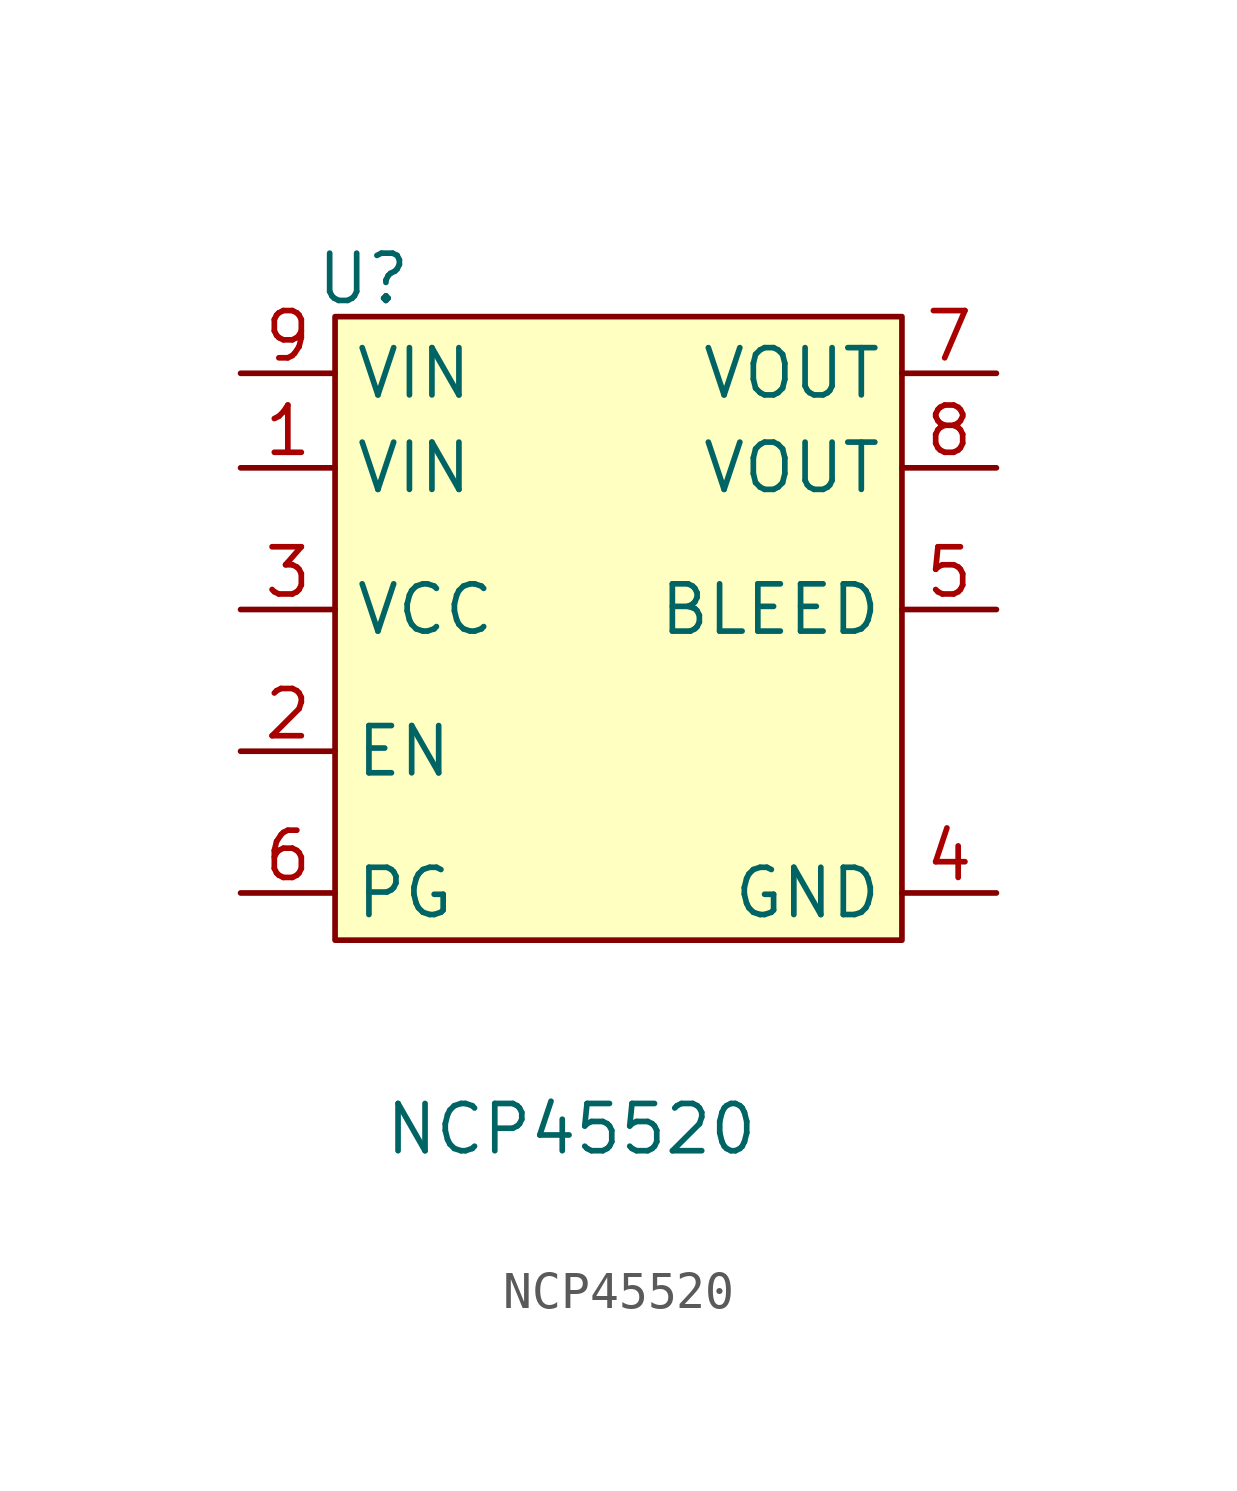
<source format=kicad_sym>
(kicad_symbol_lib
  (version 20231120)
  (generator "kicad_symbol_editor")
  (generator_version "8.0")
  (symbol "NCP45520"
    (property "Reference" "U"
      (at -6.858 8.89 0)
      (effects (font (size 1.27 1.27))))
    (property "Value" "NCP45520"
      (at -1.27 -13.97 0)
      (effects (font (size 1.27 1.27))))
    (symbol "NCP45520_0_1"
      (rectangle (start -7.62 7.874) (end 7.62 -8.89) (stroke (width 0) (type default)) (fill (type background))))
    (symbol "NCP45520_1_1"
      (pin input line (at -10.16 3.81 0) (length 2.54) (name "VIN" (effects (font (size 1.27 1.27)))) (number "1" (effects (font (size 1.27 1.27)))))
      (pin input line (at -10.16 -3.81 0) (length 2.54) (name "EN" (effects (font (size 1.27 1.27)))) (number "2" (effects (font (size 1.27 1.27)))))
      (pin power_in line (at -10.16 0 0) (length 2.54) (name "VCC" (effects (font (size 1.27 1.27)))) (number "3" (effects (font (size 1.27 1.27)))))
      (pin power_in line (at 10.16 -7.62 180) (length 2.54) (name "GND" (effects (font (size 1.27 1.27)))) (number "4" (effects (font (size 1.27 1.27)))))
      (pin input line (at 10.16 0 180) (length 2.54) (name "BLEED" (effects (font (size 1.27 1.27)))) (number "5" (effects (font (size 1.27 1.27)))))
      (pin output line (at -10.16 -7.62 0) (length 2.54) (name "PG" (effects (font (size 1.27 1.27)))) (number "6" (effects (font (size 1.27 1.27)))))
      (pin output line (at 10.16 6.35 180) (length 2.54) (name "VOUT" (effects (font (size 1.27 1.27)))) (number "7" (effects (font (size 1.27 1.27)))))
      (pin output line (at 10.16 3.81 180) (length 2.54) (name "VOUT" (effects (font (size 1.27 1.27)))) (number "8" (effects (font (size 1.27 1.27)))))
      (pin input line (at -10.16 6.35 0) (length 2.54) (name "VIN" (effects (font (size 1.27 1.27)))) (number "9" (effects (font (size 1.27 1.27))))))))
</source>
